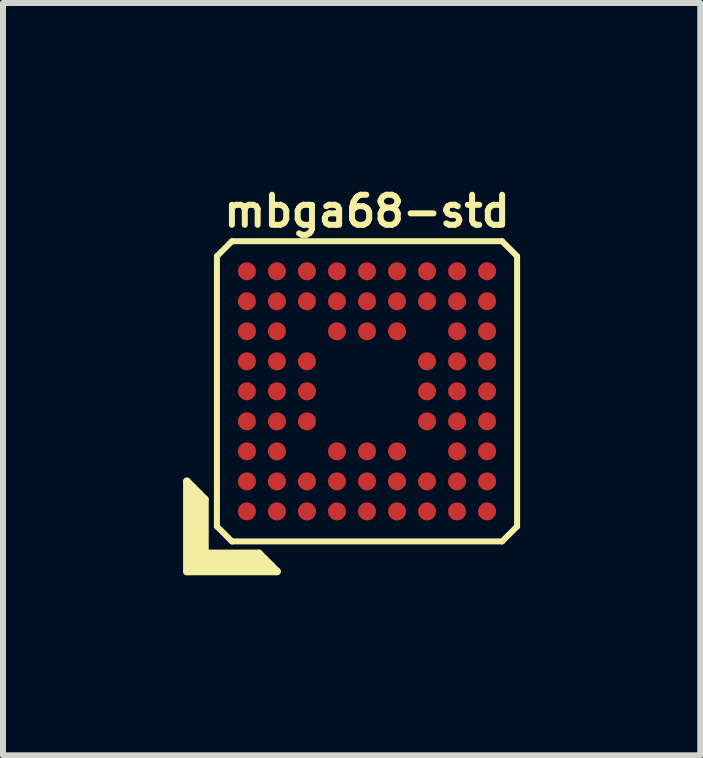
<source format=kicad_pcb>
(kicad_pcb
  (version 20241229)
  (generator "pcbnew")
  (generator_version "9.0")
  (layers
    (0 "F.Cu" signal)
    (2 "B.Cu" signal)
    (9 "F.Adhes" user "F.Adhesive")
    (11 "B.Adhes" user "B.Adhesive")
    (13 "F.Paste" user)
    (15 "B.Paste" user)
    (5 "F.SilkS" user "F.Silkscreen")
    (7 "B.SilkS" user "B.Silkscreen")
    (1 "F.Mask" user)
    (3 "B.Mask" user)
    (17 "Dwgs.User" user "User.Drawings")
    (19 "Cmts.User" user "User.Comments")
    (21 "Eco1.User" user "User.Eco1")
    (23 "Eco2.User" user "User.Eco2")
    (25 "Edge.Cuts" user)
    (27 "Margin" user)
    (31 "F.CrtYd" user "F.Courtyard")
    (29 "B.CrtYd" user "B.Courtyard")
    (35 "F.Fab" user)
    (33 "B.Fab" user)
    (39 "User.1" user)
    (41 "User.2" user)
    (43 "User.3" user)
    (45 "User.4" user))
  (footprint "mbga68-std"
    (layer "F.Cu")
    (at 3.063 3.468)
    (property "Reference" "mbga68-std" (at 0 -3 0) (layer "F.SilkS") (effects (font (size 0.5 0.5) (thickness 0.1))))
    (attr through_hole)
    (fp_line (start -3 1.5) (end -2.7 1.8) (stroke (width 0.127) (type solid)) (layer "F.SilkS"))
    (fp_line (start -3 3) (end -3 1.5) (stroke (width 0.127) (type solid)) (layer "F.SilkS"))
    (fp_line (start -2.9 1.6) (end -2.9 2.9) (stroke (width 0.127) (type solid)) (layer "F.SilkS"))
    (fp_line (start -2.9 2.9) (end -1.6 2.9) (stroke (width 0.127) (type solid)) (layer "F.SilkS"))
    (fp_line (start -2.8 2.8) (end -2.8 1.7) (stroke (width 0.127) (type solid)) (layer "F.SilkS"))
    (fp_line (start -2.7 1.8) (end -2.7 2.7) (stroke (width 0.127) (type solid)) (layer "F.SilkS"))
    (fp_line (start -2.7 2.7) (end -1.8 2.7) (stroke (width 0.127) (type solid)) (layer "F.SilkS"))
    (fp_line (start -2.5 -2.25) (end -2.25 -2.5) (stroke (width 0.1) (type solid)) (layer "F.SilkS"))
    (fp_line (start -2.5 2.25) (end -2.5 -2.25) (stroke (width 0.1) (type solid)) (layer "F.SilkS"))
    (fp_line (start -2.25 -2.5) (end 2.25 -2.5) (stroke (width 0.1) (type solid)) (layer "F.SilkS"))
    (fp_line (start -2.25 2.5) (end -2.5 2.25) (stroke (width 0.1) (type solid)) (layer "F.SilkS"))
    (fp_line (start -1.8 2.7) (end -1.5 3) (stroke (width 0.127) (type solid)) (layer "F.SilkS"))
    (fp_line (start -1.7 2.8) (end -2.8 2.8) (stroke (width 0.127) (type solid)) (layer "F.SilkS"))
    (fp_line (start -1.5 3) (end -3 3) (stroke (width 0.127) (type solid)) (layer "F.SilkS"))
    (fp_line (start 2.25 -2.5) (end 2.5 -2.25) (stroke (width 0.1) (type solid)) (layer "F.SilkS"))
    (fp_line (start 2.25 2.5) (end -2.25 2.5) (stroke (width 0.1) (type solid)) (layer "F.SilkS"))
    (fp_line (start 2.5 -2.25) (end 2.5 2.25) (stroke (width 0.1) (type solid)) (layer "F.SilkS"))
    (fp_line (start 2.5 2.25) (end 2.25 2.5) (stroke (width 0.1) (type solid)) (layer "F.SilkS"))
    (pad "A1" smd circle (at -2 2) (size 0.3 0.3) (layers "F.Cu" "F.Mask" "F.Paste"))
    (pad "A2" smd circle (at -2 1.5) (size 0.3 0.3) (layers "F.Cu" "F.Mask" "F.Paste"))
    (pad "A3" smd circle (at -2 1) (size 0.3 0.3) (layers "F.Cu" "F.Mask" "F.Paste"))
    (pad "A4" smd circle (at -2 0.5) (size 0.3 0.3) (layers "F.Cu" "F.Mask" "F.Paste"))
    (pad "A5" smd circle (at -2 0) (size 0.3 0.3) (layers "F.Cu" "F.Mask" "F.Paste"))
    (pad "A6" smd circle (at -2 -0.5) (size 0.3 0.3) (layers "F.Cu" "F.Mask" "F.Paste"))
    (pad "A7" smd circle (at -2 -1) (size 0.3 0.3) (layers "F.Cu" "F.Mask" "F.Paste"))
    (pad "A8" smd circle (at -2 -1.5) (size 0.3 0.3) (layers "F.Cu" "F.Mask" "F.Paste"))
    (pad "A9" smd circle (at -2 -2) (size 0.3 0.3) (layers "F.Cu" "F.Mask" "F.Paste"))
    (pad "B1" smd circle (at -1.5 2) (size 0.3 0.3) (layers "F.Cu" "F.Mask" "F.Paste"))
    (pad "B2" smd circle (at -1.5 1.5) (size 0.3 0.3) (layers "F.Cu" "F.Mask" "F.Paste"))
    (pad "B3" smd circle (at -1.5 1) (size 0.3 0.3) (layers "F.Cu" "F.Mask" "F.Paste"))
    (pad "B4" smd circle (at -1.5 0.5) (size 0.3 0.3) (layers "F.Cu" "F.Mask" "F.Paste"))
    (pad "B5" smd circle (at -1.5 0) (size 0.3 0.3) (layers "F.Cu" "F.Mask" "F.Paste"))
    (pad "B6" smd circle (at -1.5 -0.5) (size 0.3 0.3) (layers "F.Cu" "F.Mask" "F.Paste"))
    (pad "B7" smd circle (at -1.5 -1) (size 0.3 0.3) (layers "F.Cu" "F.Mask" "F.Paste"))
    (pad "B8" smd circle (at -1.5 -1.5) (size 0.3 0.3) (layers "F.Cu" "F.Mask" "F.Paste"))
    (pad "B9" smd circle (at -1.5 -2) (size 0.3 0.3) (layers "F.Cu" "F.Mask" "F.Paste"))
    (pad "C1" smd circle (at -1 2) (size 0.3 0.3) (layers "F.Cu" "F.Mask" "F.Paste"))
    (pad "C2" smd circle (at -1 1.5) (size 0.3 0.3) (layers "F.Cu" "F.Mask" "F.Paste"))
    (pad "C4" smd circle (at -1 0.5) (size 0.3 0.3) (layers "F.Cu" "F.Mask" "F.Paste"))
    (pad "C5" smd circle (at -1 0) (size 0.3 0.3) (layers "F.Cu" "F.Mask" "F.Paste"))
    (pad "C6" smd circle (at -1 -0.5) (size 0.3 0.3) (layers "F.Cu" "F.Mask" "F.Paste"))
    (pad "C8" smd circle (at -1 -1.5) (size 0.3 0.3) (layers "F.Cu" "F.Mask" "F.Paste"))
    (pad "C9" smd circle (at -1 -2) (size 0.3 0.3) (layers "F.Cu" "F.Mask" "F.Paste"))
    (pad "D1" smd circle (at -0.5 2) (size 0.3 0.3) (layers "F.Cu" "F.Mask" "F.Paste"))
    (pad "D2" smd circle (at -0.5 1.5) (size 0.3 0.3) (layers "F.Cu" "F.Mask" "F.Paste"))
    (pad "D3" smd circle (at -0.5 1) (size 0.3 0.3) (layers "F.Cu" "F.Mask" "F.Paste"))
    (pad "D7" smd circle (at -0.5 -1) (size 0.3 0.3) (layers "F.Cu" "F.Mask" "F.Paste"))
    (pad "D8" smd circle (at -0.5 -1.5) (size 0.3 0.3) (layers "F.Cu" "F.Mask" "F.Paste"))
    (pad "D9" smd circle (at -0.5 -2) (size 0.3 0.3) (layers "F.Cu" "F.Mask" "F.Paste"))
    (pad "E1" smd circle (at 0 2) (size 0.3 0.3) (layers "F.Cu" "F.Mask" "F.Paste"))
    (pad "E2" smd circle (at 0 1.5) (size 0.3 0.3) (layers "F.Cu" "F.Mask" "F.Paste"))
    (pad "E3" smd circle (at 0 1) (size 0.3 0.3) (layers "F.Cu" "F.Mask" "F.Paste"))
    (pad "E7" smd circle (at 0 -1) (size 0.3 0.3) (layers "F.Cu" "F.Mask" "F.Paste"))
    (pad "E8" smd circle (at 0 -1.5) (size 0.3 0.3) (layers "F.Cu" "F.Mask" "F.Paste"))
    (pad "E9" smd circle (at 0 -2) (size 0.3 0.3) (layers "F.Cu" "F.Mask" "F.Paste"))
    (pad "F1" smd circle (at 0.5 2) (size 0.3 0.3) (layers "F.Cu" "F.Mask" "F.Paste"))
    (pad "F2" smd circle (at 0.5 1.5) (size 0.3 0.3) (layers "F.Cu" "F.Mask" "F.Paste"))
    (pad "F3" smd circle (at 0.5 1) (size 0.3 0.3) (layers "F.Cu" "F.Mask" "F.Paste"))
    (pad "F7" smd circle (at 0.5 -1) (size 0.3 0.3) (layers "F.Cu" "F.Mask" "F.Paste"))
    (pad "F8" smd circle (at 0.5 -1.5) (size 0.3 0.3) (layers "F.Cu" "F.Mask" "F.Paste"))
    (pad "F9" smd circle (at 0.5 -2) (size 0.3 0.3) (layers "F.Cu" "F.Mask" "F.Paste"))
    (pad "G1" smd circle (at 1 2) (size 0.3 0.3) (layers "F.Cu" "F.Mask" "F.Paste"))
    (pad "G2" smd circle (at 1 1.5) (size 0.3 0.3) (layers "F.Cu" "F.Mask" "F.Paste"))
    (pad "G4" smd circle (at 1 0.5) (size 0.3 0.3) (layers "F.Cu" "F.Mask" "F.Paste"))
    (pad "G5" smd circle (at 1 0) (size 0.3 0.3) (layers "F.Cu" "F.Mask" "F.Paste"))
    (pad "G6" smd circle (at 1 -0.5) (size 0.3 0.3) (layers "F.Cu" "F.Mask" "F.Paste"))
    (pad "G8" smd circle (at 1 -1.5) (size 0.3 0.3) (layers "F.Cu" "F.Mask" "F.Paste"))
    (pad "G9" smd circle (at 1 -2) (size 0.3 0.3) (layers "F.Cu" "F.Mask" "F.Paste"))
    (pad "H1" smd circle (at 1.5 2) (size 0.3 0.3) (layers "F.Cu" "F.Mask" "F.Paste"))
    (pad "H2" smd circle (at 1.5 1.5) (size 0.3 0.3) (layers "F.Cu" "F.Mask" "F.Paste"))
    (pad "H3" smd circle (at 1.5 1) (size 0.3 0.3) (layers "F.Cu" "F.Mask" "F.Paste"))
    (pad "H4" smd circle (at 1.5 0.5) (size 0.3 0.3) (layers "F.Cu" "F.Mask" "F.Paste"))
    (pad "H5" smd circle (at 1.5 0) (size 0.3 0.3) (layers "F.Cu" "F.Mask" "F.Paste"))
    (pad "H6" smd circle (at 1.5 -0.5) (size 0.3 0.3) (layers "F.Cu" "F.Mask" "F.Paste"))
    (pad "H7" smd circle (at 1.5 -1) (size 0.3 0.3) (layers "F.Cu" "F.Mask" "F.Paste"))
    (pad "H8" smd circle (at 1.5 -1.5) (size 0.3 0.3) (layers "F.Cu" "F.Mask" "F.Paste"))
    (pad "H9" smd circle (at 1.5 -2) (size 0.3 0.3) (layers "F.Cu" "F.Mask" "F.Paste"))
    (pad "J1" smd circle (at 2 2) (size 0.3 0.3) (layers "F.Cu" "F.Mask" "F.Paste"))
    (pad "J2" smd circle (at 2 1.5) (size 0.3 0.3) (layers "F.Cu" "F.Mask" "F.Paste"))
    (pad "J3" smd circle (at 2 1) (size 0.3 0.3) (layers "F.Cu" "F.Mask" "F.Paste"))
    (pad "J4" smd circle (at 2 0.5) (size 0.3 0.3) (layers "F.Cu" "F.Mask" "F.Paste"))
    (pad "J5" smd circle (at 2 0) (size 0.3 0.3) (layers "F.Cu" "F.Mask" "F.Paste"))
    (pad "J6" smd circle (at 2 -0.5) (size 0.3 0.3) (layers "F.Cu" "F.Mask" "F.Paste"))
    (pad "J7" smd circle (at 2 -1) (size 0.3 0.3) (layers "F.Cu" "F.Mask" "F.Paste"))
    (pad "J8" smd circle (at 2 -1.5) (size 0.3 0.3) (layers "F.Cu" "F.Mask" "F.Paste"))
    (pad "J9" smd circle (at 2 -2) (size 0.3 0.3) (layers "F.Cu" "F.Mask" "F.Paste")))
  (gr_rect
    (start -3 -3)
    (end 8.614 9.531)
    (stroke (width 0.1) (type default))
    (fill no)
    (layer "Edge.Cuts")))
</source>
